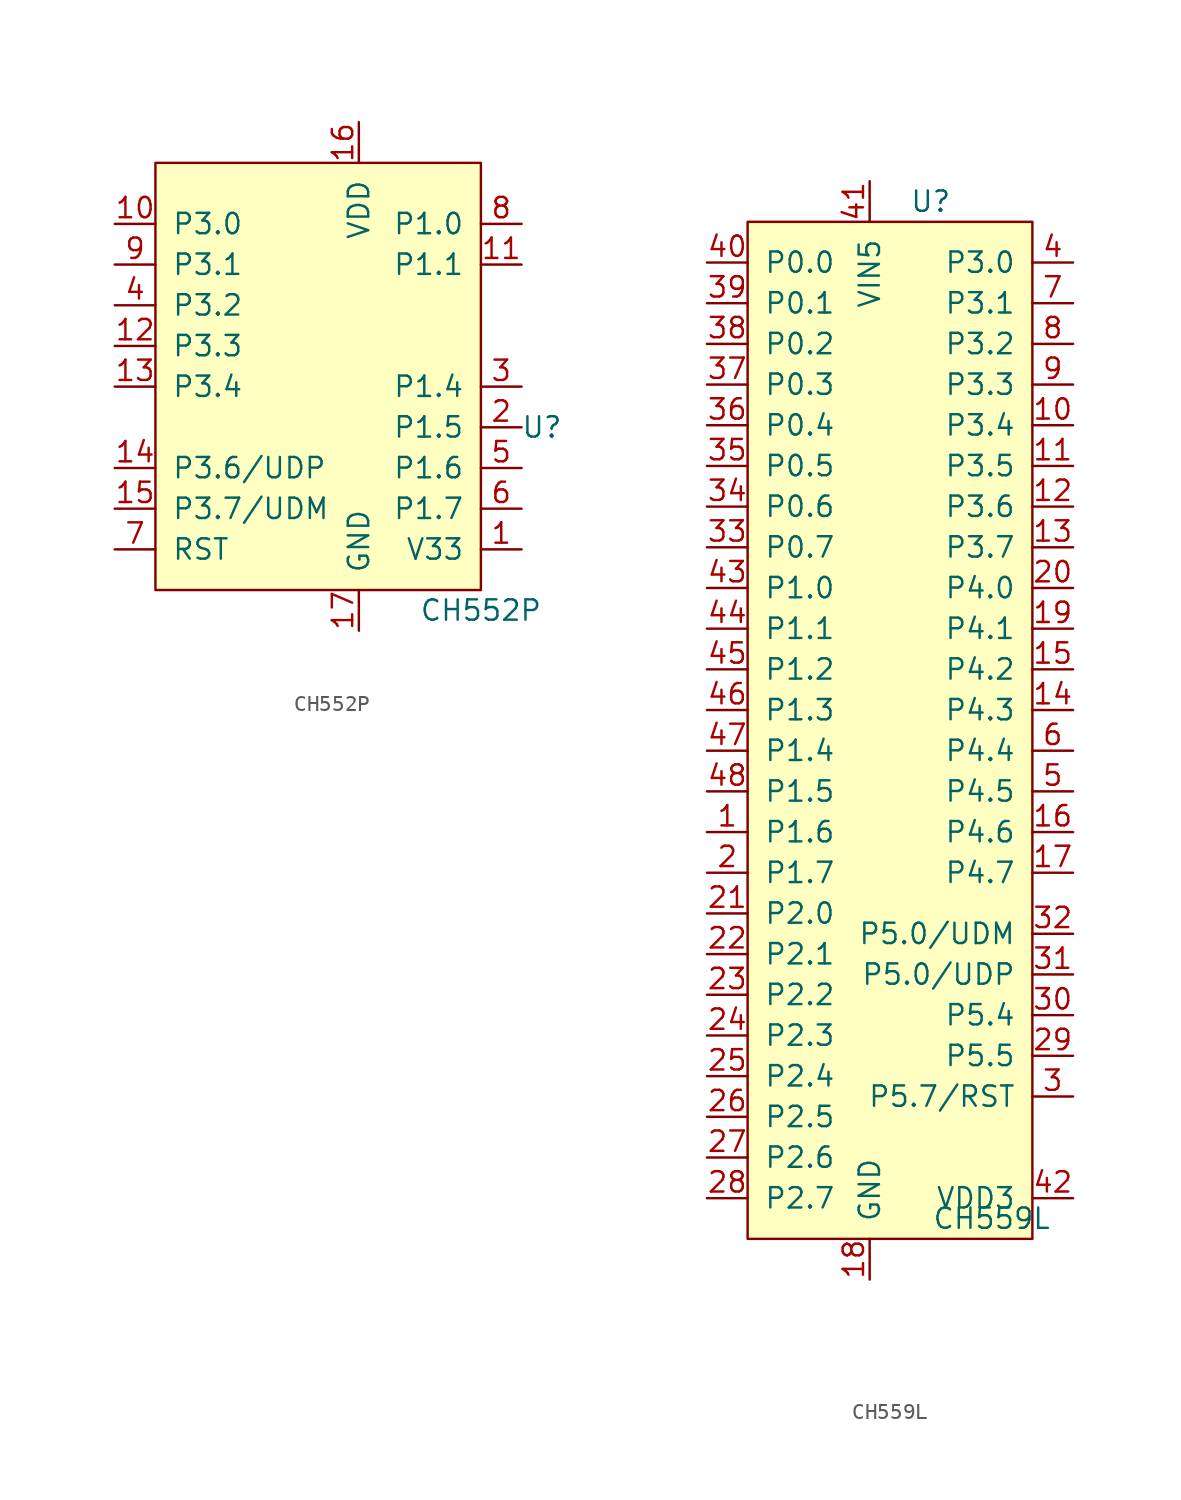
<source format=kicad_sym>
(kicad_symbol_lib
  (version 20211014)
  (generator kicad_symbol_editor)
  (symbol "CH552P"
    (pin_names
      (offset 1.016))
    (property "Reference" "U"
      (at 13.97 -2.54 0)
      (effects (font (size 1.27 1.27))))
    (property "Value" "CH552P"
      (at 10.16 -13.97 0)
      (effects (font (size 1.27 1.27))))
    (symbol "CH552P_0_1"
      (rectangle (start -10.16 13.97) (end 10.16 -12.7) (stroke (width 0) (type default) (color 0 0 0 0)) (fill (type background))))
    (symbol "CH552P_1_1"
      (pin power_out line (at 12.7 -10.16 180) (length 2.54) (name "V33" (effects (font (size 1.27 1.27)))) (number "1" (effects (font (size 1.27 1.27)))))
      (pin input line (at -12.7 10.16 0) (length 2.54) (name "P3.0" (effects (font (size 1.27 1.27)))) (number "10" (effects (font (size 1.27 1.27)))))
      (pin input line (at 12.7 7.62 180) (length 2.54) (name "P1.1" (effects (font (size 1.27 1.27)))) (number "11" (effects (font (size 1.27 1.27)))))
      (pin input line (at -12.7 2.54 0) (length 2.54) (name "P3.3" (effects (font (size 1.27 1.27)))) (number "12" (effects (font (size 1.27 1.27)))))
      (pin input line (at -12.7 0 0) (length 2.54) (name "P3.4" (effects (font (size 1.27 1.27)))) (number "13" (effects (font (size 1.27 1.27)))))
      (pin input line (at -12.7 -5.08 0) (length 2.54) (name "P3.6/UDP" (effects (font (size 1.27 1.27)))) (number "14" (effects (font (size 1.27 1.27)))))
      (pin input line (at -12.7 -7.62 0) (length 2.54) (name "P3.7/UDM" (effects (font (size 1.27 1.27)))) (number "15" (effects (font (size 1.27 1.27)))))
      (pin power_in line (at 2.54 16.51 270) (length 2.54) (name "VDD" (effects (font (size 1.27 1.27)))) (number "16" (effects (font (size 1.27 1.27)))))
      (pin power_in line (at 2.54 -15.24 90) (length 2.54) (name "GND" (effects (font (size 1.27 1.27)))) (number "17" (effects (font (size 1.27 1.27)))))
      (pin bidirectional line (at 12.7 -2.54 180) (length 2.54) (name "P1.5" (effects (font (size 1.27 1.27)))) (number "2" (effects (font (size 1.27 1.27)))))
      (pin bidirectional line (at 12.7 0 180) (length 2.54) (name "P1.4" (effects (font (size 1.27 1.27)))) (number "3" (effects (font (size 1.27 1.27)))))
      (pin input line (at -12.7 5.08 0) (length 2.54) (name "P3.2" (effects (font (size 1.27 1.27)))) (number "4" (effects (font (size 1.27 1.27)))))
      (pin bidirectional line (at 12.7 -5.08 180) (length 2.54) (name "P1.6" (effects (font (size 1.27 1.27)))) (number "5" (effects (font (size 1.27 1.27)))))
      (pin bidirectional line (at 12.7 -7.62 180) (length 2.54) (name "P1.7" (effects (font (size 1.27 1.27)))) (number "6" (effects (font (size 1.27 1.27)))))
      (pin input line (at -12.7 -10.16 0) (length 2.54) (name "RST" (effects (font (size 1.27 1.27)))) (number "7" (effects (font (size 1.27 1.27)))))
      (pin input line (at 12.7 10.16 180) (length 2.54) (name "P1.0" (effects (font (size 1.27 1.27)))) (number "8" (effects (font (size 1.27 1.27)))))
      (pin input line (at -12.7 7.62 0) (length 2.54) (name "P3.1" (effects (font (size 1.27 1.27)))) (number "9" (effects (font (size 1.27 1.27)))))))
  (symbol "CH559L"
    (pin_names
      (offset 1.016))
    (property "Reference" "U"
      (at 3.81 31.75 0)
      (effects (font (size 1.27 1.27))))
    (property "Value" "CH559L"
      (at 7.62 -31.75 0)
      (effects (font (size 1.27 1.27))))
    (symbol "CH559L_0_1"
      (rectangle (start -7.62 30.48) (end 10.16 -33.02) (stroke (width 0) (type default) (color 0 0 0 0)) (fill (type background))))
    (symbol "CH559L_1_1"
      (pin input line (at -10.16 -7.62 0) (length 2.54) (name "P1.6" (effects (font (size 1.27 1.27)))) (number "1" (effects (font (size 1.27 1.27)))))
      (pin input line (at 12.7 17.78 180) (length 2.54) (name "P3.4" (effects (font (size 1.27 1.27)))) (number "10" (effects (font (size 1.27 1.27)))))
      (pin input line (at 12.7 15.24 180) (length 2.54) (name "P3.5" (effects (font (size 1.27 1.27)))) (number "11" (effects (font (size 1.27 1.27)))))
      (pin input line (at 12.7 12.7 180) (length 2.54) (name "P3.6" (effects (font (size 1.27 1.27)))) (number "12" (effects (font (size 1.27 1.27)))))
      (pin input line (at 12.7 10.16 180) (length 2.54) (name "P3.7" (effects (font (size 1.27 1.27)))) (number "13" (effects (font (size 1.27 1.27)))))
      (pin input line (at 12.7 0 180) (length 2.54) (name "P4.3" (effects (font (size 1.27 1.27)))) (number "14" (effects (font (size 1.27 1.27)))))
      (pin input line (at 12.7 2.54 180) (length 2.54) (name "P4.2" (effects (font (size 1.27 1.27)))) (number "15" (effects (font (size 1.27 1.27)))))
      (pin input line (at 12.7 -7.62 180) (length 2.54) (name "P4.6" (effects (font (size 1.27 1.27)))) (number "16" (effects (font (size 1.27 1.27)))))
      (pin input line (at 12.7 -10.16 180) (length 2.54) (name "P4.7" (effects (font (size 1.27 1.27)))) (number "17" (effects (font (size 1.27 1.27)))))
      (pin power_in line (at 0 -35.56 90) (length 2.54) (name "GND" (effects (font (size 1.27 1.27)))) (number "18" (effects (font (size 1.27 1.27)))))
      (pin input line (at 12.7 5.08 180) (length 2.54) (name "P4.1" (effects (font (size 1.27 1.27)))) (number "19" (effects (font (size 1.27 1.27)))))
      (pin input line (at -10.16 -10.16 0) (length 2.54) (name "P1.7" (effects (font (size 1.27 1.27)))) (number "2" (effects (font (size 1.27 1.27)))))
      (pin input line (at 12.7 7.62 180) (length 2.54) (name "P4.0" (effects (font (size 1.27 1.27)))) (number "20" (effects (font (size 1.27 1.27)))))
      (pin input line (at -10.16 -12.7 0) (length 2.54) (name "P2.0" (effects (font (size 1.27 1.27)))) (number "21" (effects (font (size 1.27 1.27)))))
      (pin input line (at -10.16 -15.24 0) (length 2.54) (name "P2.1" (effects (font (size 1.27 1.27)))) (number "22" (effects (font (size 1.27 1.27)))))
      (pin input line (at -10.16 -17.78 0) (length 2.54) (name "P2.2" (effects (font (size 1.27 1.27)))) (number "23" (effects (font (size 1.27 1.27)))))
      (pin input line (at -10.16 -20.32 0) (length 2.54) (name "P2.3" (effects (font (size 1.27 1.27)))) (number "24" (effects (font (size 1.27 1.27)))))
      (pin input line (at -10.16 -22.86 0) (length 2.54) (name "P2.4" (effects (font (size 1.27 1.27)))) (number "25" (effects (font (size 1.27 1.27)))))
      (pin input line (at -10.16 -25.4 0) (length 2.54) (name "P2.5" (effects (font (size 1.27 1.27)))) (number "26" (effects (font (size 1.27 1.27)))))
      (pin input line (at -10.16 -27.94 0) (length 2.54) (name "P2.6" (effects (font (size 1.27 1.27)))) (number "27" (effects (font (size 1.27 1.27)))))
      (pin input line (at -10.16 -30.48 0) (length 2.54) (name "P2.7" (effects (font (size 1.27 1.27)))) (number "28" (effects (font (size 1.27 1.27)))))
      (pin input line (at 12.7 -21.59 180) (length 2.54) (name "P5.5" (effects (font (size 1.27 1.27)))) (number "29" (effects (font (size 1.27 1.27)))))
      (pin input line (at 12.7 -24.13 180) (length 2.54) (name "P5.7/RST" (effects (font (size 1.27 1.27)))) (number "3" (effects (font (size 1.27 1.27)))))
      (pin input line (at 12.7 -19.05 180) (length 2.54) (name "P5.4" (effects (font (size 1.27 1.27)))) (number "30" (effects (font (size 1.27 1.27)))))
      (pin input line (at 12.7 -16.51 180) (length 2.54) (name "P5.0/UDP" (effects (font (size 1.27 1.27)))) (number "31" (effects (font (size 1.27 1.27)))))
      (pin input line (at 12.7 -13.97 180) (length 2.54) (name "P5.0/UDM" (effects (font (size 1.27 1.27)))) (number "32" (effects (font (size 1.27 1.27)))))
      (pin input line (at -10.16 10.16 0) (length 2.54) (name "P0.7" (effects (font (size 1.27 1.27)))) (number "33" (effects (font (size 1.27 1.27)))))
      (pin input line (at -10.16 12.7 0) (length 2.54) (name "P0.6" (effects (font (size 1.27 1.27)))) (number "34" (effects (font (size 1.27 1.27)))))
      (pin input line (at -10.16 15.24 0) (length 2.54) (name "P0.5" (effects (font (size 1.27 1.27)))) (number "35" (effects (font (size 1.27 1.27)))))
      (pin input line (at -10.16 17.78 0) (length 2.54) (name "P0.4" (effects (font (size 1.27 1.27)))) (number "36" (effects (font (size 1.27 1.27)))))
      (pin input line (at -10.16 20.32 0) (length 2.54) (name "P0.3" (effects (font (size 1.27 1.27)))) (number "37" (effects (font (size 1.27 1.27)))))
      (pin input line (at -10.16 22.86 0) (length 2.54) (name "P0.2" (effects (font (size 1.27 1.27)))) (number "38" (effects (font (size 1.27 1.27)))))
      (pin input line (at -10.16 25.4 0) (length 2.54) (name "P0.1" (effects (font (size 1.27 1.27)))) (number "39" (effects (font (size 1.27 1.27)))))
      (pin input line (at 12.7 27.94 180) (length 2.54) (name "P3.0" (effects (font (size 1.27 1.27)))) (number "4" (effects (font (size 1.27 1.27)))))
      (pin input line (at -10.16 27.94 0) (length 2.54) (name "P0.0" (effects (font (size 1.27 1.27)))) (number "40" (effects (font (size 1.27 1.27)))))
      (pin power_in line (at 0 33.02 270) (length 2.54) (name "VIN5" (effects (font (size 1.27 1.27)))) (number "41" (effects (font (size 1.27 1.27)))))
      (pin power_out line (at 12.7 -30.48 180) (length 2.54) (name "VDD3" (effects (font (size 1.27 1.27)))) (number "42" (effects (font (size 1.27 1.27)))))
      (pin input line (at -10.16 7.62 0) (length 2.54) (name "P1.0" (effects (font (size 1.27 1.27)))) (number "43" (effects (font (size 1.27 1.27)))))
      (pin input line (at -10.16 5.08 0) (length 2.54) (name "P1.1" (effects (font (size 1.27 1.27)))) (number "44" (effects (font (size 1.27 1.27)))))
      (pin input line (at -10.16 2.54 0) (length 2.54) (name "P1.2" (effects (font (size 1.27 1.27)))) (number "45" (effects (font (size 1.27 1.27)))))
      (pin input line (at -10.16 0 0) (length 2.54) (name "P1.3" (effects (font (size 1.27 1.27)))) (number "46" (effects (font (size 1.27 1.27)))))
      (pin input line (at -10.16 -2.54 0) (length 2.54) (name "P1.4" (effects (font (size 1.27 1.27)))) (number "47" (effects (font (size 1.27 1.27)))))
      (pin input line (at -10.16 -5.08 0) (length 2.54) (name "P1.5" (effects (font (size 1.27 1.27)))) (number "48" (effects (font (size 1.27 1.27)))))
      (pin input line (at 12.7 -5.08 180) (length 2.54) (name "P4.5" (effects (font (size 1.27 1.27)))) (number "5" (effects (font (size 1.27 1.27)))))
      (pin input line (at 12.7 -2.54 180) (length 2.54) (name "P4.4" (effects (font (size 1.27 1.27)))) (number "6" (effects (font (size 1.27 1.27)))))
      (pin input line (at 12.7 25.4 180) (length 2.54) (name "P3.1" (effects (font (size 1.27 1.27)))) (number "7" (effects (font (size 1.27 1.27)))))
      (pin input line (at 12.7 22.86 180) (length 2.54) (name "P3.2" (effects (font (size 1.27 1.27)))) (number "8" (effects (font (size 1.27 1.27)))))
      (pin input line (at 12.7 20.32 180) (length 2.54) (name "P3.3" (effects (font (size 1.27 1.27)))) (number "9" (effects (font (size 1.27 1.27))))))))
</source>
